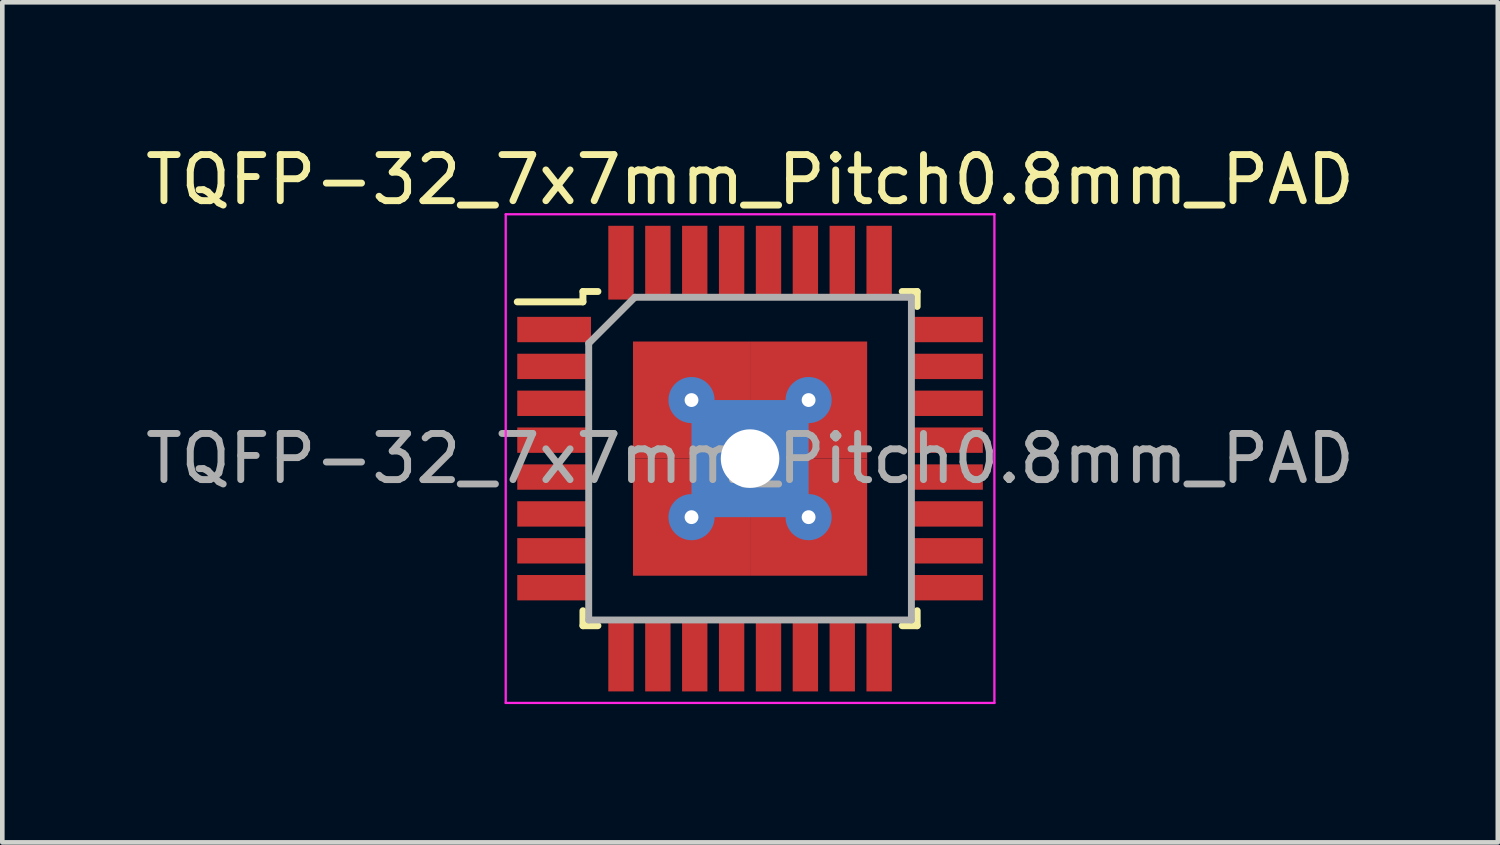
<source format=kicad_pcb>
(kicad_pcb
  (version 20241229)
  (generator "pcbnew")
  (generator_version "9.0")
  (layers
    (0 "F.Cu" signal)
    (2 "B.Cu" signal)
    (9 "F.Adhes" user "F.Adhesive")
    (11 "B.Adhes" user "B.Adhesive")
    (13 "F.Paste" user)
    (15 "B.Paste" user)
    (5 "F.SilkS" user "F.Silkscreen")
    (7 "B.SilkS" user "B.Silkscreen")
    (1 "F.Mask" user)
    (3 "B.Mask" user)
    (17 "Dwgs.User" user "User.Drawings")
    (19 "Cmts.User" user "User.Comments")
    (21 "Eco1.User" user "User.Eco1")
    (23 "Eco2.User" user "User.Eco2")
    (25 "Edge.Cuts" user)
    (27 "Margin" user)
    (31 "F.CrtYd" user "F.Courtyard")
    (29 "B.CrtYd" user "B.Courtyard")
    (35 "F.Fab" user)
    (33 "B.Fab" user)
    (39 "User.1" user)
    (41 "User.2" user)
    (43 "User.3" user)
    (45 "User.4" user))
  (footprint "TQFP-32_7x7mm_Pitch0.8mm_PAD"
    (layer "F.Cu")
    (at 13.22 6.898)
    (property "Reference" "TQFP-32_7x7mm_Pitch0.8mm_PAD" (at 0 -6.05 0) (layer "F.SilkS") (effects (font (size 1 1) (thickness 0.15))))
    (attr smd)
    (fp_line (start -3.625 -3.625) (end -3.625 -3.4) (stroke (width 0.15) (type solid)) (layer "F.SilkS"))
    (fp_line (start -3.625 -3.625) (end -3.3 -3.625) (stroke (width 0.15) (type solid)) (layer "F.SilkS"))
    (fp_line (start -3.625 -3.4) (end -5.05 -3.4) (stroke (width 0.15) (type solid)) (layer "F.SilkS"))
    (fp_line (start -3.625 3.625) (end -3.625 3.3) (stroke (width 0.15) (type solid)) (layer "F.SilkS"))
    (fp_line (start -3.625 3.625) (end -3.3 3.625) (stroke (width 0.15) (type solid)) (layer "F.SilkS"))
    (fp_line (start 3.625 -3.625) (end 3.3 -3.625) (stroke (width 0.15) (type solid)) (layer "F.SilkS"))
    (fp_line (start 3.625 -3.625) (end 3.625 -3.3) (stroke (width 0.15) (type solid)) (layer "F.SilkS"))
    (fp_line (start 3.625 3.625) (end 3.3 3.625) (stroke (width 0.15) (type solid)) (layer "F.SilkS"))
    (fp_line (start 3.625 3.625) (end 3.625 3.3) (stroke (width 0.15) (type solid)) (layer "F.SilkS"))
    (fp_line (start -5.3 -5.3) (end -5.3 5.3) (stroke (width 0.05) (type solid)) (layer "F.CrtYd"))
    (fp_line (start -5.3 -5.3) (end 5.3 -5.3) (stroke (width 0.05) (type solid)) (layer "F.CrtYd"))
    (fp_line (start -5.3 5.3) (end 5.3 5.3) (stroke (width 0.05) (type solid)) (layer "F.CrtYd"))
    (fp_line (start 5.3 -5.3) (end 5.3 5.3) (stroke (width 0.05) (type solid)) (layer "F.CrtYd"))
    (fp_line (start -3.5 -2.5) (end -2.5 -3.5) (stroke (width 0.15) (type solid)) (layer "F.Fab"))
    (fp_line (start -3.5 3.5) (end -3.5 -2.5) (stroke (width 0.15) (type solid)) (layer "F.Fab"))
    (fp_line (start -2.5 -3.5) (end 3.5 -3.5) (stroke (width 0.15) (type solid)) (layer "F.Fab"))
    (fp_line (start 3.5 -3.5) (end 3.5 3.5) (stroke (width 0.15) (type solid)) (layer "F.Fab"))
    (fp_line (start 3.5 3.5) (end -3.5 3.5) (stroke (width 0.15) (type solid)) (layer "F.Fab"))
    (fp_text user "${REFERENCE}" (at 0 0 0) (layer "F.Fab") (effects (font (size 1 1) (thickness 0.15))))
    (pad "1" smd rect (at -4.25 -2.8) (size 1.6 0.55) (layers "F.Cu" "F.Mask" "F.Paste"))
    (pad "2" smd rect (at -4.25 -2) (size 1.6 0.55) (layers "F.Cu" "F.Mask" "F.Paste"))
    (pad "3" smd rect (at -4.25 -1.2) (size 1.6 0.55) (layers "F.Cu" "F.Mask" "F.Paste"))
    (pad "4" smd rect (at -4.25 -0.4) (size 1.6 0.55) (layers "F.Cu" "F.Mask" "F.Paste"))
    (pad "5" smd rect (at -4.25 0.4) (size 1.6 0.55) (layers "F.Cu" "F.Mask" "F.Paste"))
    (pad "6" smd rect (at -4.25 1.2) (size 1.6 0.55) (layers "F.Cu" "F.Mask" "F.Paste"))
    (pad "7" smd rect (at -4.25 2) (size 1.6 0.55) (layers "F.Cu" "F.Mask" "F.Paste"))
    (pad "8" smd rect (at -4.25 2.8) (size 1.6 0.55) (layers "F.Cu" "F.Mask" "F.Paste"))
    (pad "9" smd rect (at -2.8 4.25 90) (size 1.6 0.55) (layers "F.Cu" "F.Mask" "F.Paste"))
    (pad "10" smd rect (at -2 4.25 90) (size 1.6 0.55) (layers "F.Cu" "F.Mask" "F.Paste"))
    (pad "11" smd rect (at -1.2 4.25 90) (size 1.6 0.55) (layers "F.Cu" "F.Mask" "F.Paste"))
    (pad "12" smd rect (at -0.4 4.25 90) (size 1.6 0.55) (layers "F.Cu" "F.Mask" "F.Paste"))
    (pad "13" smd rect (at 0.4 4.25 90) (size 1.6 0.55) (layers "F.Cu" "F.Mask" "F.Paste"))
    (pad "14" smd rect (at 1.2 4.25 90) (size 1.6 0.55) (layers "F.Cu" "F.Mask" "F.Paste"))
    (pad "15" smd rect (at 2 4.25 90) (size 1.6 0.55) (layers "F.Cu" "F.Mask" "F.Paste"))
    (pad "16" smd rect (at 2.8 4.25 90) (size 1.6 0.55) (layers "F.Cu" "F.Mask" "F.Paste"))
    (pad "17" smd rect (at 4.25 2.8) (size 1.6 0.55) (layers "F.Cu" "F.Mask" "F.Paste"))
    (pad "18" smd rect (at 4.25 2) (size 1.6 0.55) (layers "F.Cu" "F.Mask" "F.Paste"))
    (pad "19" smd rect (at 4.25 1.2) (size 1.6 0.55) (layers "F.Cu" "F.Mask" "F.Paste"))
    (pad "20" smd rect (at 4.25 0.4) (size 1.6 0.55) (layers "F.Cu" "F.Mask" "F.Paste"))
    (pad "21" smd rect (at 4.25 -0.4) (size 1.6 0.55) (layers "F.Cu" "F.Mask" "F.Paste"))
    (pad "22" smd rect (at 4.25 -1.2) (size 1.6 0.55) (layers "F.Cu" "F.Mask" "F.Paste"))
    (pad "23" smd rect (at 4.25 -2) (size 1.6 0.55) (layers "F.Cu" "F.Mask" "F.Paste"))
    (pad "24" smd rect (at 4.25 -2.8) (size 1.6 0.55) (layers "F.Cu" "F.Mask" "F.Paste"))
    (pad "25" smd rect (at 2.8 -4.25 90) (size 1.6 0.55) (layers "F.Cu" "F.Mask" "F.Paste"))
    (pad "26" smd rect (at 2 -4.25 90) (size 1.6 0.55) (layers "F.Cu" "F.Mask" "F.Paste"))
    (pad "27" smd rect (at 1.2 -4.25 90) (size 1.6 0.55) (layers "F.Cu" "F.Mask" "F.Paste"))
    (pad "28" smd rect (at 0.4 -4.25 90) (size 1.6 0.55) (layers "F.Cu" "F.Mask" "F.Paste"))
    (pad "29" smd rect (at -0.4 -4.25 90) (size 1.6 0.55) (layers "F.Cu" "F.Mask" "F.Paste"))
    (pad "30" smd rect (at -1.2 -4.25 90) (size 1.6 0.55) (layers "F.Cu" "F.Mask" "F.Paste"))
    (pad "31" smd rect (at -2 -4.25 90) (size 1.6 0.55) (layers "F.Cu" "F.Mask" "F.Paste"))
    (pad "32" smd rect (at -2.8 -4.25 90) (size 1.6 0.55) (layers "F.Cu" "F.Mask" "F.Paste"))
    (pad "33" thru_hole circle (at -1.27 -1.27) (size 1 1) (drill 0.3) (layers "*.Cu" "*.Mask"))
    (pad "33" smd rect (at -1.27 -1.27) (size 2.54 2.54) (layers "F.Cu" "F.Mask" "F.Paste"))
    (pad "33" thru_hole circle (at -1.27 1.27) (size 1 1) (drill 0.3) (layers "*.Cu" "*.Mask"))
    (pad "33" smd rect (at -1.27 1.27) (size 2.54 2.54) (layers "F.Cu" "F.Mask" "F.Paste"))
    (pad "33" thru_hole rect (at 0 0) (size 2.54 2.54) (drill 1.27) (layers "*.Cu" "*.Mask"))
    (pad "33" thru_hole circle (at 1.27 -1.27) (size 1 1) (drill 0.3) (layers "*.Cu" "*.Mask"))
    (pad "33" smd rect (at 1.27 -1.27) (size 2.54 2.54) (layers "F.Cu" "F.Mask" "F.Paste"))
    (pad "33" thru_hole circle (at 1.27 1.27) (size 1 1) (drill 0.3) (layers "*.Cu" "*.Mask"))
    (pad "33" smd rect (at 1.27 1.27) (size 2.54 2.54) (layers "F.Cu" "F.Mask" "F.Paste")))
  (gr_rect
    (start -3 -3)
    (end 29.44 15.223)
    (stroke (width 0.1) (type default))
    (fill no)
    (layer "Edge.Cuts")))
</source>
